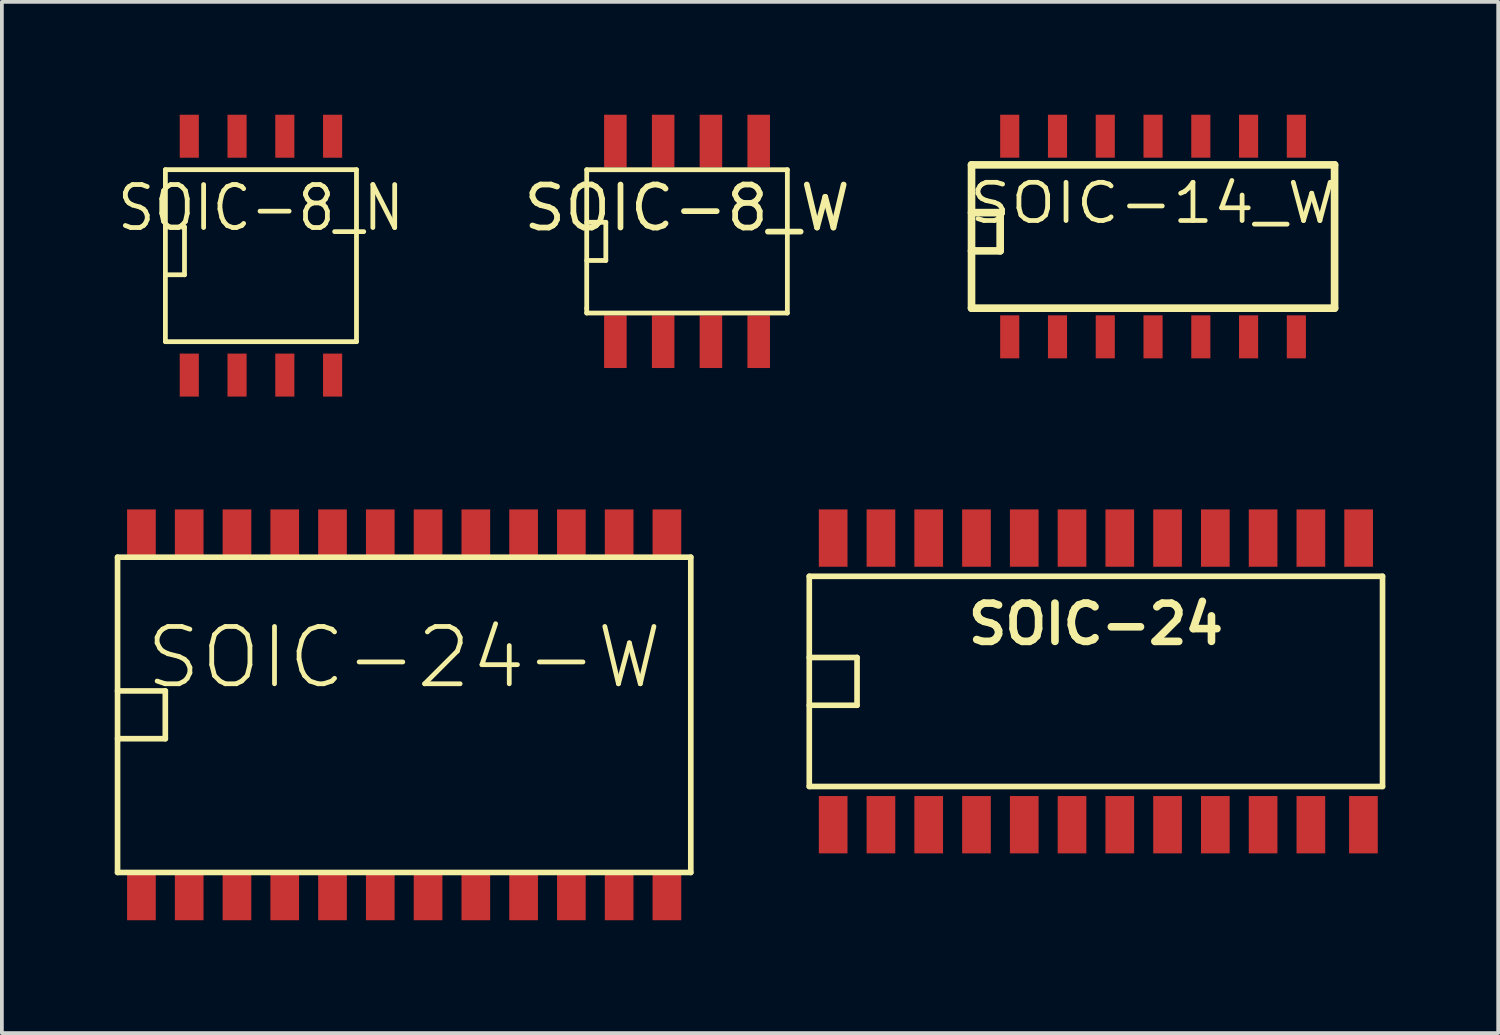
<source format=kicad_pcb>
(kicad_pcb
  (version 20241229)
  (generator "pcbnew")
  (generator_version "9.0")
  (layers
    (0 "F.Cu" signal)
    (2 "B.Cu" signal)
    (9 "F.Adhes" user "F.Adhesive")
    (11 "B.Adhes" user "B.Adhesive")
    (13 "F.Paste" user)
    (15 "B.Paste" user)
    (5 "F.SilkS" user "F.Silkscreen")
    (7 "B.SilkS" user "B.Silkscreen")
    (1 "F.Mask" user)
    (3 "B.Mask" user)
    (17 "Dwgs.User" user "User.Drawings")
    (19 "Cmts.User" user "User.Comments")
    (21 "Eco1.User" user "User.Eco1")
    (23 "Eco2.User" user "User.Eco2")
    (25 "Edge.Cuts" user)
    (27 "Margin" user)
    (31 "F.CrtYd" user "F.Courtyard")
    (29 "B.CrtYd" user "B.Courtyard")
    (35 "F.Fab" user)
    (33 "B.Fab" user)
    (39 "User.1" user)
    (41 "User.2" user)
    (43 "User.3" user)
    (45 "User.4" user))
  (footprint "SOIC-24"
    (layer "F.Cu")
    (at 26.085 15.065)
    (property "Reference" "SOIC-24" (at 0 -1.524 0) (layer "F.SilkS") (effects (font (size 1.016 1.016) (thickness 0.203))))
    (attr smd)
    (fp_line (start -7.62 -2.794) (end -7.62 2.794) (stroke (width 0.15) (type solid)) (layer "F.SilkS"))
    (fp_line (start -7.62 -0.635) (end -6.35 -0.635) (stroke (width 0.15) (type solid)) (layer "F.SilkS"))
    (fp_line (start -7.62 2.794) (end 7.62 2.794) (stroke (width 0.15) (type solid)) (layer "F.SilkS"))
    (fp_line (start -6.35 -0.635) (end -6.35 0.635) (stroke (width 0.15) (type solid)) (layer "F.SilkS"))
    (fp_line (start -6.35 0.635) (end -7.62 0.635) (stroke (width 0.15) (type solid)) (layer "F.SilkS"))
    (fp_line (start 7.62 -2.794) (end -7.62 -2.794) (stroke (width 0.15) (type solid)) (layer "F.SilkS"))
    (fp_line (start 7.62 -2.794) (end 7.62 2.794) (stroke (width 0.15) (type solid)) (layer "F.SilkS"))
    (pad "1" smd rect (at -6.985 3.81) (size 0.762 1.524) (layers "F.Cu" "F.Mask" "F.Paste"))
    (pad "2" smd rect (at -5.715 3.81) (size 0.762 1.524) (layers "F.Cu" "F.Mask" "F.Paste"))
    (pad "3" smd rect (at -4.445 3.81) (size 0.762 1.524) (layers "F.Cu" "F.Mask" "F.Paste"))
    (pad "4" smd rect (at -3.175 3.81) (size 0.762 1.524) (layers "F.Cu" "F.Mask" "F.Paste"))
    (pad "5" smd rect (at -1.905 3.81) (size 0.762 1.524) (layers "F.Cu" "F.Mask" "F.Paste"))
    (pad "6" smd rect (at -0.635 3.81) (size 0.762 1.524) (layers "F.Cu" "F.Mask" "F.Paste"))
    (pad "7" smd rect (at 0.635 3.81) (size 0.762 1.524) (layers "F.Cu" "F.Mask" "F.Paste"))
    (pad "8" smd rect (at 1.905 3.81) (size 0.762 1.524) (layers "F.Cu" "F.Mask" "F.Paste"))
    (pad "9" smd rect (at 3.175 3.81) (size 0.762 1.524) (layers "F.Cu" "F.Mask" "F.Paste"))
    (pad "10" smd rect (at 4.445 3.81) (size 0.762 1.524) (layers "F.Cu" "F.Mask" "F.Paste"))
    (pad "11" smd rect (at 5.715 3.81) (size 0.762 1.524) (layers "F.Cu" "F.Mask" "F.Paste"))
    (pad "12" smd rect (at 7.112 3.81) (size 0.762 1.524) (layers "F.Cu" "F.Mask" "F.Paste"))
    (pad "13" smd rect (at 6.985 -3.81) (size 0.762 1.524) (layers "F.Cu" "F.Mask" "F.Paste"))
    (pad "14" smd rect (at 5.715 -3.81) (size 0.762 1.524) (layers "F.Cu" "F.Mask" "F.Paste"))
    (pad "15" smd rect (at 4.445 -3.81) (size 0.762 1.524) (layers "F.Cu" "F.Mask" "F.Paste"))
    (pad "16" smd rect (at 3.175 -3.81) (size 0.762 1.524) (layers "F.Cu" "F.Mask" "F.Paste"))
    (pad "17" smd rect (at 1.905 -3.81) (size 0.762 1.524) (layers "F.Cu" "F.Mask" "F.Paste"))
    (pad "18" smd rect (at 0.635 -3.81) (size 0.762 1.524) (layers "F.Cu" "F.Mask" "F.Paste"))
    (pad "19" smd rect (at -0.635 -3.81) (size 0.762 1.524) (layers "F.Cu" "F.Mask" "F.Paste"))
    (pad "20" smd rect (at -1.905 -3.81) (size 0.762 1.524) (layers "F.Cu" "F.Mask" "F.Paste"))
    (pad "21" smd rect (at -3.175 -3.81) (size 0.762 1.524) (layers "F.Cu" "F.Mask" "F.Paste"))
    (pad "22" smd rect (at -4.445 -3.81) (size 0.762 1.524) (layers "F.Cu" "F.Mask" "F.Paste"))
    (pad "23" smd rect (at -5.715 -3.81) (size 0.762 1.524) (layers "F.Cu" "F.Mask" "F.Paste"))
    (pad "24" smd rect (at -6.985 -3.81) (size 0.762 1.524) (layers "F.Cu" "F.Mask" "F.Paste")))
  (footprint "SOIC-24-W"
    (layer "F.Cu")
    (at 7.695 15.954)
    (property "Reference" "SOIC-24-W" (at 0 -1.524 0) (layer "F.SilkS") (effects (font (size 1.524 1.524) (thickness 0.127))))
    (attr smd)
    (fp_line (start -7.62 -4.191) (end -7.62 4.191) (stroke (width 0.15) (type solid)) (layer "F.SilkS"))
    (fp_line (start -7.62 -0.635) (end -6.35 -0.635) (stroke (width 0.15) (type solid)) (layer "F.SilkS"))
    (fp_line (start -7.62 4.191) (end 7.62 4.191) (stroke (width 0.15) (type solid)) (layer "F.SilkS"))
    (fp_line (start -6.35 -0.635) (end -6.35 0.635) (stroke (width 0.15) (type solid)) (layer "F.SilkS"))
    (fp_line (start -6.35 0.635) (end -7.62 0.635) (stroke (width 0.15) (type solid)) (layer "F.SilkS"))
    (fp_line (start 7.62 -4.191) (end -7.62 -4.191) (stroke (width 0.15) (type solid)) (layer "F.SilkS"))
    (fp_line (start 7.62 4.191) (end 7.62 -4.191) (stroke (width 0.15) (type solid)) (layer "F.SilkS"))
    (pad "1" smd rect (at -6.985 4.826) (size 0.762 1.27) (layers "F.Cu" "F.Mask" "F.Paste"))
    (pad "2" smd rect (at -5.715 4.826) (size 0.762 1.27) (layers "F.Cu" "F.Mask" "F.Paste"))
    (pad "3" smd rect (at -4.445 4.826) (size 0.762 1.27) (layers "F.Cu" "F.Mask" "F.Paste"))
    (pad "4" smd rect (at -3.175 4.826) (size 0.762 1.27) (layers "F.Cu" "F.Mask" "F.Paste"))
    (pad "5" smd rect (at -1.905 4.826) (size 0.762 1.27) (layers "F.Cu" "F.Mask" "F.Paste"))
    (pad "6" smd rect (at -0.635 4.826) (size 0.762 1.27) (layers "F.Cu" "F.Mask" "F.Paste"))
    (pad "7" smd rect (at 0.635 4.826) (size 0.762 1.27) (layers "F.Cu" "F.Mask" "F.Paste"))
    (pad "8" smd rect (at 1.905 4.826) (size 0.762 1.27) (layers "F.Cu" "F.Mask" "F.Paste"))
    (pad "9" smd rect (at 3.175 4.826) (size 0.762 1.27) (layers "F.Cu" "F.Mask" "F.Paste"))
    (pad "10" smd rect (at 4.445 4.826) (size 0.762 1.27) (layers "F.Cu" "F.Mask" "F.Paste"))
    (pad "11" smd rect (at 5.715 4.826) (size 0.762 1.27) (layers "F.Cu" "F.Mask" "F.Paste"))
    (pad "12" smd rect (at 6.985 4.826) (size 0.762 1.27) (layers "F.Cu" "F.Mask" "F.Paste"))
    (pad "13" smd rect (at 6.985 -4.826) (size 0.762 1.27) (layers "F.Cu" "F.Mask" "F.Paste"))
    (pad "14" smd rect (at 5.715 -4.826) (size 0.762 1.27) (layers "F.Cu" "F.Mask" "F.Paste"))
    (pad "15" smd rect (at 4.445 -4.826) (size 0.762 1.27) (layers "F.Cu" "F.Mask" "F.Paste"))
    (pad "16" smd rect (at 3.175 -4.826) (size 0.762 1.27) (layers "F.Cu" "F.Mask" "F.Paste"))
    (pad "17" smd rect (at 1.905 -4.826) (size 0.762 1.27) (layers "F.Cu" "F.Mask" "F.Paste"))
    (pad "18" smd rect (at 0.635 -4.826) (size 0.762 1.27) (layers "F.Cu" "F.Mask" "F.Paste"))
    (pad "19" smd rect (at -0.635 -4.826) (size 0.762 1.27) (layers "F.Cu" "F.Mask" "F.Paste"))
    (pad "20" smd rect (at -1.905 -4.826) (size 0.762 1.27) (layers "F.Cu" "F.Mask" "F.Paste"))
    (pad "21" smd rect (at -3.175 -4.826) (size 0.762 1.27) (layers "F.Cu" "F.Mask" "F.Paste"))
    (pad "22" smd rect (at -4.445 -4.826) (size 0.762 1.27) (layers "F.Cu" "F.Mask" "F.Paste"))
    (pad "23" smd rect (at -5.715 -4.826) (size 0.762 1.27) (layers "F.Cu" "F.Mask" "F.Paste"))
    (pad "24" smd rect (at -6.985 -4.826) (size 0.762 1.27) (layers "F.Cu" "F.Mask" "F.Paste")))
  (footprint "SOIC-8_N"
    (layer "F.Cu")
    (at 3.887 3.747)
    (property "Reference" "SOIC-8_N" (at 0 -1.27 0) (layer "F.SilkS") (effects (font (size 1.143 1.016) (thickness 0.127))))
    (attr smd)
    (fp_line (start -2.54 -2.286) (end 2.54 -2.286) (stroke (width 0.127) (type solid)) (layer "F.SilkS"))
    (fp_line (start -2.54 -0.762) (end -2.032 -0.762) (stroke (width 0.127) (type solid)) (layer "F.SilkS"))
    (fp_line (start -2.54 2.286) (end -2.54 -2.286) (stroke (width 0.127) (type solid)) (layer "F.SilkS"))
    (fp_line (start -2.032 -0.762) (end -2.032 0.508) (stroke (width 0.127) (type solid)) (layer "F.SilkS"))
    (fp_line (start -2.032 0.508) (end -2.54 0.508) (stroke (width 0.127) (type solid)) (layer "F.SilkS"))
    (fp_line (start 2.54 -2.286) (end 2.54 2.286) (stroke (width 0.127) (type solid)) (layer "F.SilkS"))
    (fp_line (start 2.54 2.286) (end -2.54 2.286) (stroke (width 0.127) (type solid)) (layer "F.SilkS"))
    (pad "1" smd rect (at -1.905 3.175) (size 0.508 1.143) (layers "F.Cu" "F.Mask" "F.Paste"))
    (pad "2" smd rect (at -0.635 3.175) (size 0.508 1.143) (layers "F.Cu" "F.Mask" "F.Paste"))
    (pad "3" smd rect (at 0.635 3.175) (size 0.508 1.143) (layers "F.Cu" "F.Mask" "F.Paste"))
    (pad "4" smd rect (at 1.905 3.175) (size 0.508 1.143) (layers "F.Cu" "F.Mask" "F.Paste"))
    (pad "5" smd rect (at 1.905 -3.175) (size 0.508 1.143) (layers "F.Cu" "F.Mask" "F.Paste"))
    (pad "6" smd rect (at 0.635 -3.175) (size 0.508 1.143) (layers "F.Cu" "F.Mask" "F.Paste"))
    (pad "7" smd rect (at -0.635 -3.175) (size 0.508 1.143) (layers "F.Cu" "F.Mask" "F.Paste"))
    (pad "8" smd rect (at -1.905 -3.175) (size 0.508 1.143) (layers "F.Cu" "F.Mask" "F.Paste")))
  (footprint "SOIC-14_W"
    (layer "F.Cu")
    (at 27.604 3.111)
    (property "Reference" "SOIC-14_W" (at 0 -0.762 0) (layer "F.SilkS") (effects (font (size 1.016 1.143) (thickness 0.127))))
    (attr smd)
    (fp_line (start -4.826 -1.778) (end 4.826 -1.778) (stroke (width 0.203) (type solid)) (layer "F.SilkS"))
    (fp_line (start -4.826 -0.508) (end -4.064 -0.508) (stroke (width 0.203) (type solid)) (layer "F.SilkS"))
    (fp_line (start -4.826 2.032) (end -4.826 -1.778) (stroke (width 0.203) (type solid)) (layer "F.SilkS"))
    (fp_line (start -4.064 -0.508) (end -4.064 0.508) (stroke (width 0.203) (type solid)) (layer "F.SilkS"))
    (fp_line (start -4.064 0.508) (end -4.826 0.508) (stroke (width 0.203) (type solid)) (layer "F.SilkS"))
    (fp_line (start 4.826 -1.778) (end 4.826 2.032) (stroke (width 0.203) (type solid)) (layer "F.SilkS"))
    (fp_line (start 4.826 2.032) (end -4.826 2.032) (stroke (width 0.203) (type solid)) (layer "F.SilkS"))
    (pad "1" smd rect (at -3.81 2.794) (size 0.508 1.143) (layers "F.Cu" "F.Mask" "F.Paste"))
    (pad "2" smd rect (at -2.54 2.794) (size 0.508 1.143) (layers "F.Cu" "F.Mask" "F.Paste"))
    (pad "3" smd rect (at -1.27 2.794) (size 0.508 1.143) (layers "F.Cu" "F.Mask" "F.Paste"))
    (pad "4" smd rect (at 0 2.794) (size 0.508 1.143) (layers "F.Cu" "F.Mask" "F.Paste"))
    (pad "5" smd rect (at 1.27 2.794) (size 0.508 1.143) (layers "F.Cu" "F.Mask" "F.Paste"))
    (pad "6" smd rect (at 2.54 2.794) (size 0.508 1.143) (layers "F.Cu" "F.Mask" "F.Paste"))
    (pad "7" smd rect (at 3.81 2.794) (size 0.508 1.143) (layers "F.Cu" "F.Mask" "F.Paste"))
    (pad "8" smd rect (at 3.81 -2.54) (size 0.508 1.143) (layers "F.Cu" "F.Mask" "F.Paste"))
    (pad "9" smd rect (at 2.54 -2.54) (size 0.508 1.143) (layers "F.Cu" "F.Mask" "F.Paste"))
    (pad "10" smd rect (at 1.27 -2.54) (size 0.508 1.143) (layers "F.Cu" "F.Mask" "F.Paste"))
    (pad "11" smd rect (at 0 -2.54) (size 0.508 1.143) (layers "F.Cu" "F.Mask" "F.Paste"))
    (pad "12" smd rect (at -1.27 -2.54) (size 0.508 1.143) (layers "F.Cu" "F.Mask" "F.Paste"))
    (pad "13" smd rect (at -2.54 -2.54) (size 0.508 1.143) (layers "F.Cu" "F.Mask" "F.Paste"))
    (pad "14" smd rect (at -3.81 -2.54) (size 0.508 1.143) (layers "F.Cu" "F.Mask" "F.Paste")))
  (footprint "SOIC-8_W"
    (layer "F.Cu")
    (at 15.215 3.367)
    (property "Reference" "SOIC-8_W" (at 0 -0.889 0) (layer "F.SilkS") (effects (font (size 1.143 1.143) (thickness 0.152))))
    (attr smd)
    (fp_line (start -2.667 -1.905) (end -2.667 1.778) (stroke (width 0.127) (type solid)) (layer "F.SilkS"))
    (fp_line (start -2.667 -0.508) (end -2.159 -0.508) (stroke (width 0.127) (type solid)) (layer "F.SilkS"))
    (fp_line (start -2.667 1.778) (end -2.667 1.905) (stroke (width 0.127) (type solid)) (layer "F.SilkS"))
    (fp_line (start -2.667 1.905) (end 2.667 1.905) (stroke (width 0.127) (type solid)) (layer "F.SilkS"))
    (fp_line (start -2.159 -0.508) (end -2.159 0.508) (stroke (width 0.127) (type solid)) (layer "F.SilkS"))
    (fp_line (start -2.159 0.508) (end -2.667 0.508) (stroke (width 0.127) (type solid)) (layer "F.SilkS"))
    (fp_line (start 2.667 -1.905) (end -2.667 -1.905) (stroke (width 0.127) (type solid)) (layer "F.SilkS"))
    (fp_line (start 2.667 -1.905) (end 2.667 1.905) (stroke (width 0.127) (type solid)) (layer "F.SilkS"))
    (pad "1" smd rect (at -1.905 2.667) (size 0.599 1.4) (layers "F.Cu" "F.Mask" "F.Paste"))
    (pad "2" smd rect (at -0.635 2.667) (size 0.599 1.4) (layers "F.Cu" "F.Mask" "F.Paste"))
    (pad "3" smd rect (at 0.635 2.667) (size 0.599 1.4) (layers "F.Cu" "F.Mask" "F.Paste"))
    (pad "4" smd rect (at 1.905 2.667) (size 0.599 1.4) (layers "F.Cu" "F.Mask" "F.Paste"))
    (pad "5" smd rect (at 1.905 -2.667) (size 0.599 1.4) (layers "F.Cu" "F.Mask" "F.Paste"))
    (pad "6" smd rect (at 0.635 -2.667) (size 0.599 1.4) (layers "F.Cu" "F.Mask" "F.Paste"))
    (pad "7" smd rect (at -0.635 -2.667) (size 0.599 1.4) (layers "F.Cu" "F.Mask" "F.Paste"))
    (pad "8" smd rect (at -1.905 -2.667) (size 0.599 1.4) (layers "F.Cu" "F.Mask" "F.Paste")))
  (gr_rect
    (start -3 -3)
    (end 36.78 24.415)
    (stroke (width 0.1) (type default))
    (fill no)
    (layer "Edge.Cuts")))
</source>
